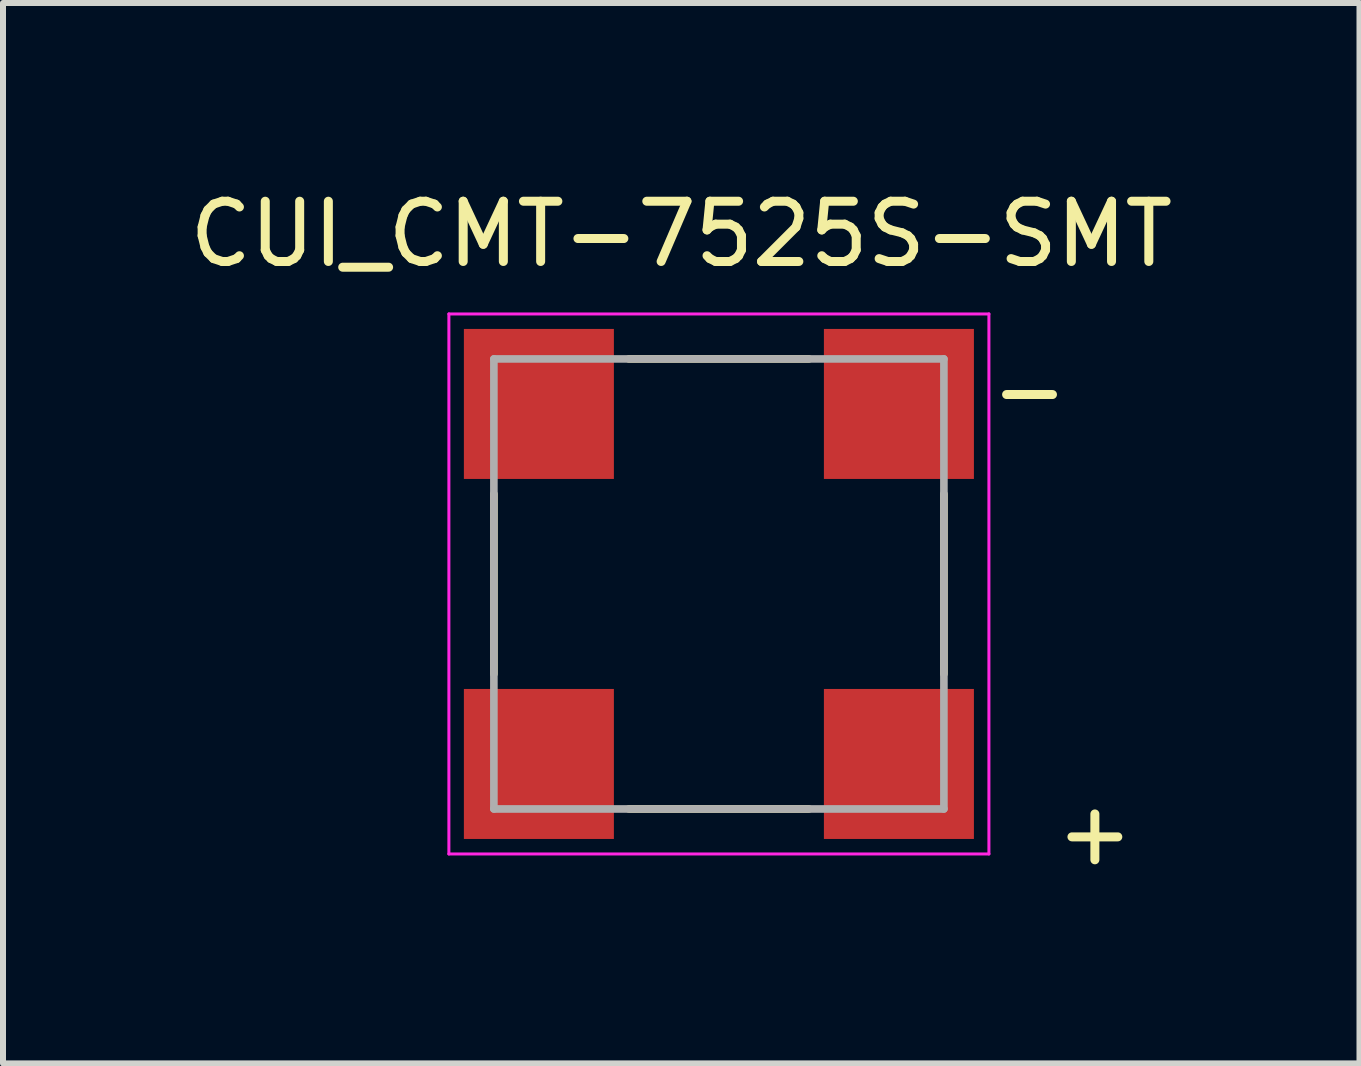
<source format=kicad_pcb>
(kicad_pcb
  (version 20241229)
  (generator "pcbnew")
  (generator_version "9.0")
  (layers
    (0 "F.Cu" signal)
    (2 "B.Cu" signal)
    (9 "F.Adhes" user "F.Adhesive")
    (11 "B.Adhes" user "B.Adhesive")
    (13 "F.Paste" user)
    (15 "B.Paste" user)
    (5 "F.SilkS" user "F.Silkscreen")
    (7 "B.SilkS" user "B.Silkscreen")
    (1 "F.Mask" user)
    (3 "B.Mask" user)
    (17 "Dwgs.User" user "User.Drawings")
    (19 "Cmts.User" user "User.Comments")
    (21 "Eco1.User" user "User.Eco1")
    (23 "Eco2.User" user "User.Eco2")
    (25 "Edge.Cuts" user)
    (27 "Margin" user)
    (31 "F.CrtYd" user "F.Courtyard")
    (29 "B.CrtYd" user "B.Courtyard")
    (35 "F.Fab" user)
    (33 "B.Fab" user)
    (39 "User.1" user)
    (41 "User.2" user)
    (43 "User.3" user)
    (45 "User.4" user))
  (footprint "CUI_CMT-7525S-SMT"
    (layer "F.Cu")
    (at 8.931 6.682)
    (property "Reference" "CUI_CMT-7525S-SMT" (at -0.628 -5.831 0) (layer "F.SilkS") (effects (font (size 1.004 1.004) (thickness 0.15))))
    (attr smd)
    (fp_line (start -3.75 -1.5) (end -3.75 1.5) (stroke (width 0.127) (type solid)) (layer "F.SilkS"))
    (fp_line (start -1.5 -3.75) (end 1.5 -3.75) (stroke (width 0.127) (type solid)) (layer "F.SilkS"))
    (fp_line (start 1.5 3.75) (end -1.5 3.75) (stroke (width 0.127) (type solid)) (layer "F.SilkS"))
    (fp_line (start 3.75 -1.5) (end 3.75 1.5) (stroke (width 0.127) (type solid)) (layer "F.SilkS"))
    (fp_line (start -4.5 -4.5) (end -4.5 4.5) (stroke (width 0.05) (type solid)) (layer "F.CrtYd"))
    (fp_line (start 4.5 -4.5) (end -4.5 -4.5) (stroke (width 0.05) (type solid)) (layer "F.CrtYd"))
    (fp_line (start 4.5 -4.5) (end 4.5 4.5) (stroke (width 0.05) (type solid)) (layer "F.CrtYd"))
    (fp_line (start 4.5 4.5) (end -4.5 4.5) (stroke (width 0.05) (type solid)) (layer "F.CrtYd"))
    (fp_line (start -3.75 -3.75) (end 3.75 -3.75) (stroke (width 0.127) (type solid)) (layer "F.Fab"))
    (fp_line (start -3.75 3.75) (end -3.75 -3.75) (stroke (width 0.127) (type solid)) (layer "F.Fab"))
    (fp_line (start 3.75 -3.75) (end 3.75 3.75) (stroke (width 0.127) (type solid)) (layer "F.Fab"))
    (fp_line (start 3.75 3.75) (end -3.75 3.75) (stroke (width 0.127) (type solid)) (layer "F.Fab"))
    (fp_text user "-" (at 5.177 -3.231 0) (layer "F.SilkS") (effects (font (size 1.003 1.003) (thickness 0.15))))
    (fp_text user "+" (at 6.266 4.141 0) (layer "F.SilkS") (effects (font (size 1.003 1.003) (thickness 0.15))))
    (pad "1" smd rect (at -3 3) (size 2.5 2.5) (layers "F.Cu" "F.Mask" "F.Paste"))
    (pad "2" smd rect (at -3 -3) (size 2.5 2.5) (layers "F.Cu" "F.Mask" "F.Paste"))
    (pad "N" smd rect (at 3 -3) (size 2.5 2.5) (layers "F.Cu" "F.Mask" "F.Paste"))
    (pad "P" smd rect (at 3 3) (size 2.5 2.5) (layers "F.Cu" "F.Mask" "F.Paste")))
  (gr_rect
    (start -3 -3)
    (end 19.607 14.672)
    (stroke (width 0.1) (type default))
    (fill no)
    (layer "Edge.Cuts")))
</source>
